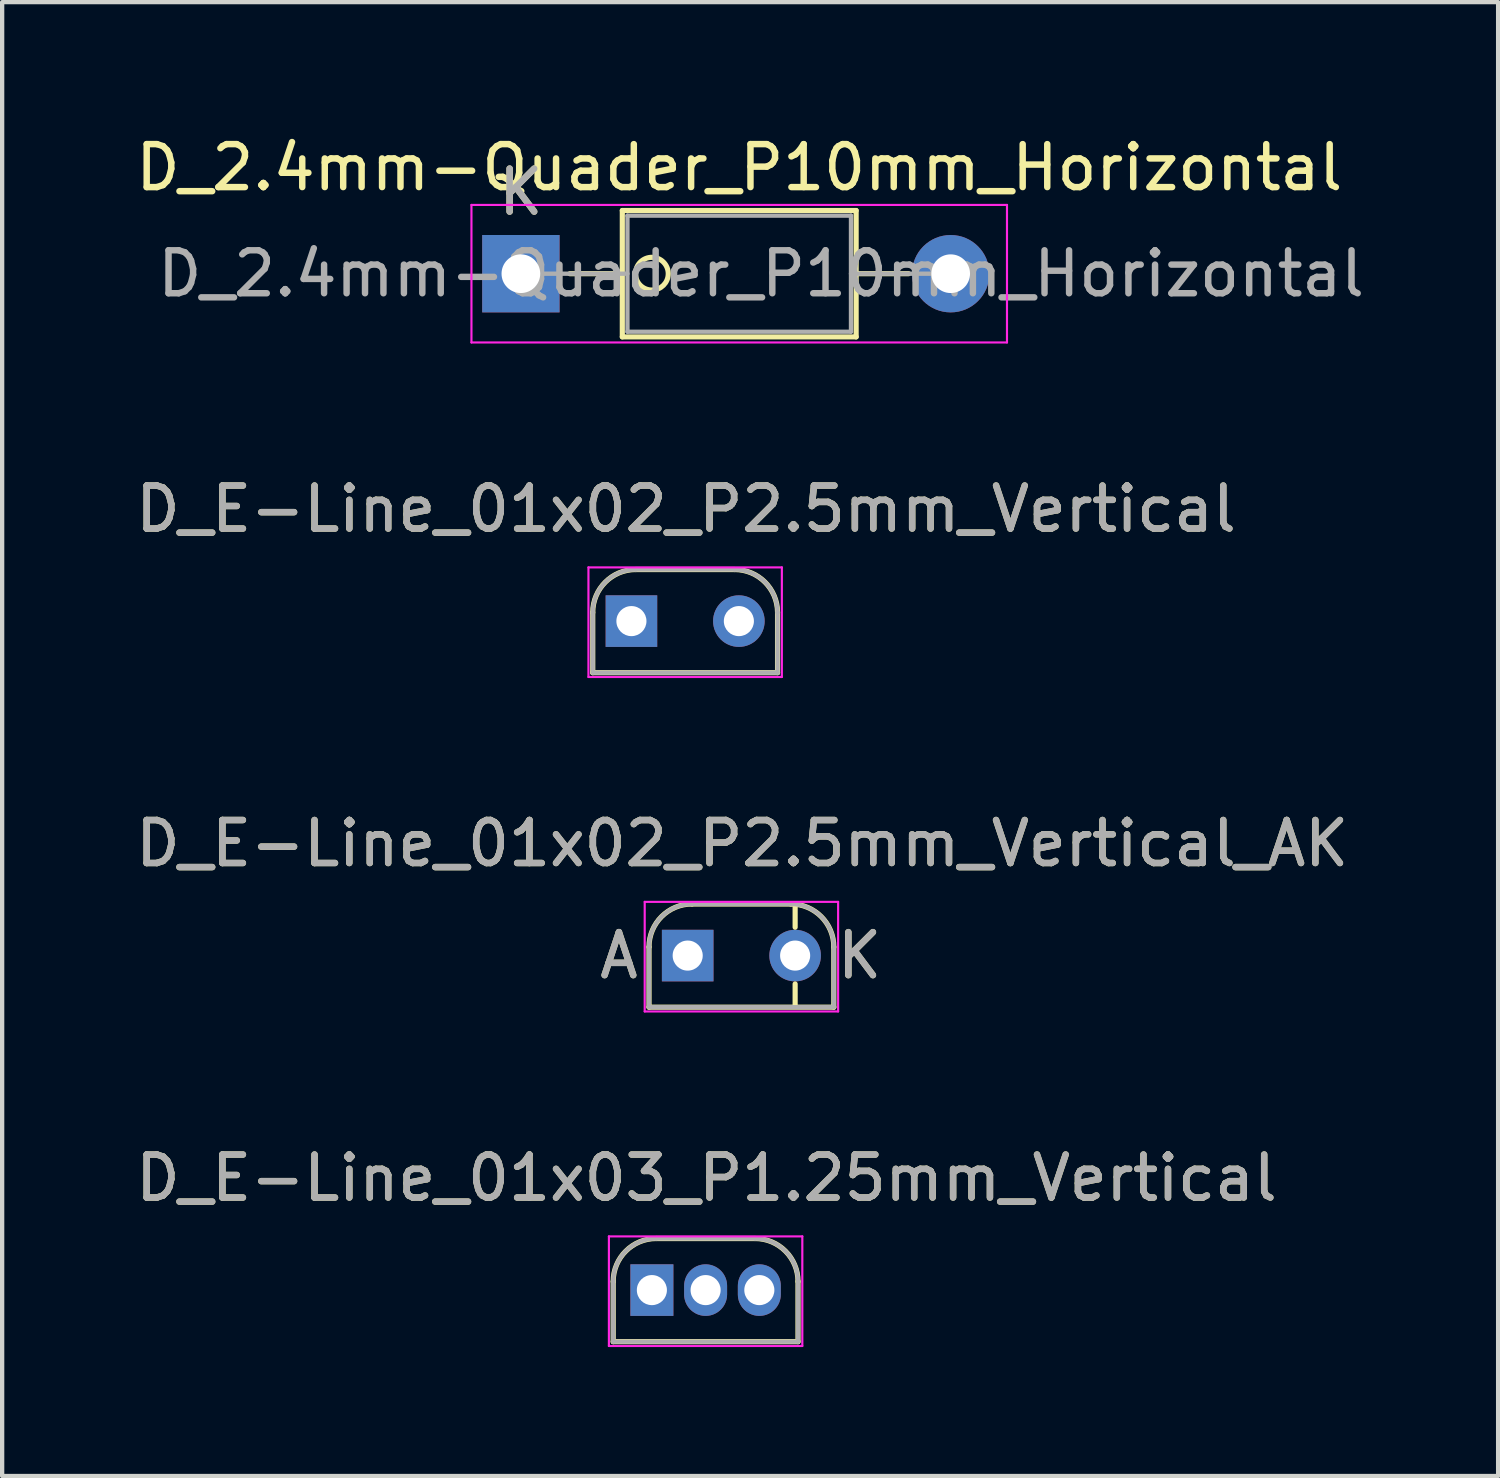
<source format=kicad_pcb>
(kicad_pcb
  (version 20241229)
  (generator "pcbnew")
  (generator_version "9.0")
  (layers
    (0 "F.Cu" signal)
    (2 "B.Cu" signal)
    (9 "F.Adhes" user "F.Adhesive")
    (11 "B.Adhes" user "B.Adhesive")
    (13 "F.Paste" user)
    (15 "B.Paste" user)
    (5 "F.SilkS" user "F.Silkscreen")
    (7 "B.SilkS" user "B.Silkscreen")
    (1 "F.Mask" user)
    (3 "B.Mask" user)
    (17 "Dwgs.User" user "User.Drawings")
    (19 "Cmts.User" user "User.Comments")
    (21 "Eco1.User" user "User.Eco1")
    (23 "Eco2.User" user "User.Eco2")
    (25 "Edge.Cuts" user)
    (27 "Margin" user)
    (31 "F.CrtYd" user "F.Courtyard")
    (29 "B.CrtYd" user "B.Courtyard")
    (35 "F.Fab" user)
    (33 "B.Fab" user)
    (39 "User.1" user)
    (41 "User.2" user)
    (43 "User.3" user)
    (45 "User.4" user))
  (footprint "D_E-Line_01x02_P2.5mm_Vertical"
    (layer "F.Cu")
    (at 11.641 11.401)
    (property "Reference" "D_E-Line_01x02_P2.5mm_Vertical" (at 1.27 -2.609 0) (layer "F.SilkS") (effects (font (size 1 1) (thickness 0.15))))
    (attr through_hole)
    (fp_line (start -0.9 -0.2) (end -0.9 1.2) (stroke (width 0.12) (type solid)) (layer "F.SilkS"))
    (fp_line (start -0.9 1.2) (end 3.4 1.2) (stroke (width 0.12) (type solid)) (layer "F.SilkS"))
    (fp_line (start 2.4 -1.2) (end 0.1 -1.2) (stroke (width 0.12) (type solid)) (layer "F.SilkS"))
    (fp_line (start 3.4 1.2) (end 3.4 -0.2) (stroke (width 0.12) (type solid)) (layer "F.SilkS"))
    (fp_arc (start -0.9 -0.2) (mid -0.607107 -0.907107) (end 0.1 -1.2) (stroke (width 0.12) (type solid)) (layer "F.SilkS"))
    (fp_arc (start 2.4 -1.2) (mid 3.107107 -0.907107) (end 3.4 -0.2) (stroke (width 0.12) (type solid)) (layer "F.SilkS"))
    (fp_line (start -1 -1.25) (end -1 1.3) (stroke (width 0.05) (type solid)) (layer "F.CrtYd"))
    (fp_line (start -1 1.3) (end 3.5 1.3) (stroke (width 0.05) (type solid)) (layer "F.CrtYd"))
    (fp_line (start 3.5 -1.25) (end -1 -1.25) (stroke (width 0.05) (type solid)) (layer "F.CrtYd"))
    (fp_line (start 3.5 1.3) (end 3.5 -1.25) (stroke (width 0.05) (type solid)) (layer "F.CrtYd"))
    (fp_line (start -0.9 -0.2) (end -0.9 1.2) (stroke (width 0.1) (type solid)) (layer "F.Fab"))
    (fp_line (start -0.9 1.2) (end 3.4 1.2) (stroke (width 0.1) (type solid)) (layer "F.Fab"))
    (fp_line (start 2.4 -1.2) (end 0.1 -1.2) (stroke (width 0.1) (type solid)) (layer "F.Fab"))
    (fp_line (start 3.4 1.2) (end 3.4 -0.2) (stroke (width 0.1) (type solid)) (layer "F.Fab"))
    (fp_arc (start -0.9 -0.2) (mid -0.607107 -0.907107) (end 0.1 -1.2) (stroke (width 0.1) (type solid)) (layer "F.Fab"))
    (fp_arc (start 2.4 -1.2) (mid 3.107107 -0.907107) (end 3.4 -0.2) (stroke (width 0.1) (type solid)) (layer "F.Fab"))
    (fp_text user "${REFERENCE}" (at 1.27 -2.609 0) (layer "F.Fab") (effects (font (size 1 1) (thickness 0.15))))
    (pad "1" thru_hole rect (at 0 0) (size 1.2 1.2) (drill 0.7) (layers "*.Cu" "*.Mask"))
    (pad "2" thru_hole oval (at 2.5 0) (size 1.2 1.2) (drill 0.7) (layers "*.Cu" "*.Mask")))
  (footprint "D_E-Line_01x03_P1.25mm_Vertical"
    (layer "F.Cu")
    (at 12.117 26.966)
    (property "Reference" "D_E-Line_01x03_P1.25mm_Vertical" (at 1.27 -2.609 0) (layer "F.SilkS") (effects (font (size 1 1) (thickness 0.15))))
    (attr through_hole)
    (fp_line (start -0.9 -0.2) (end -0.9 1.2) (stroke (width 0.12) (type solid)) (layer "F.SilkS"))
    (fp_line (start -0.9 1.2) (end 3.4 1.2) (stroke (width 0.12) (type solid)) (layer "F.SilkS"))
    (fp_line (start 2.4 -1.2) (end 0.1 -1.2) (stroke (width 0.12) (type solid)) (layer "F.SilkS"))
    (fp_line (start 3.4 1.2) (end 3.4 -0.2) (stroke (width 0.12) (type solid)) (layer "F.SilkS"))
    (fp_arc (start -0.9 -0.2) (mid -0.607107 -0.907107) (end 0.1 -1.2) (stroke (width 0.12) (type solid)) (layer "F.SilkS"))
    (fp_arc (start 2.4 -1.2) (mid 3.107107 -0.907107) (end 3.4 -0.2) (stroke (width 0.12) (type solid)) (layer "F.SilkS"))
    (fp_line (start -1 -1.25) (end -1 1.3) (stroke (width 0.05) (type solid)) (layer "F.CrtYd"))
    (fp_line (start -1 1.3) (end 3.5 1.3) (stroke (width 0.05) (type solid)) (layer "F.CrtYd"))
    (fp_line (start 3.5 -1.25) (end -1 -1.25) (stroke (width 0.05) (type solid)) (layer "F.CrtYd"))
    (fp_line (start 3.5 1.3) (end 3.5 -1.25) (stroke (width 0.05) (type solid)) (layer "F.CrtYd"))
    (fp_line (start -0.9 -0.2) (end -0.9 1.2) (stroke (width 0.1) (type solid)) (layer "F.Fab"))
    (fp_line (start -0.9 1.2) (end 3.4 1.2) (stroke (width 0.1) (type solid)) (layer "F.Fab"))
    (fp_line (start 2.4 -1.2) (end 0.1 -1.2) (stroke (width 0.1) (type solid)) (layer "F.Fab"))
    (fp_line (start 3.4 1.2) (end 3.4 -0.2) (stroke (width 0.1) (type solid)) (layer "F.Fab"))
    (fp_arc (start -0.9 -0.2) (mid -0.607107 -0.907107) (end 0.1 -1.2) (stroke (width 0.1) (type solid)) (layer "F.Fab"))
    (fp_arc (start 2.4 -1.2) (mid 3.107107 -0.907107) (end 3.4 -0.2) (stroke (width 0.1) (type solid)) (layer "F.Fab"))
    (fp_text user "${REFERENCE}" (at 1.27 -2.609 0) (layer "F.Fab") (effects (font (size 1 1) (thickness 0.15))))
    (pad "1" thru_hole rect (at 0 0) (size 1 1.2) (drill 0.7) (layers "*.Cu" "*.Mask"))
    (pad "2" thru_hole oval (at 1.25 0) (size 1 1.2) (drill 0.7) (layers "*.Cu" "*.Mask"))
    (pad "3" thru_hole oval (at 2.5 0) (size 1 1.2) (drill 0.7) (layers "*.Cu" "*.Mask")))
  (footprint "D_E-Line_01x02_P2.5mm_Vertical_AK"
    (layer "F.Cu")
    (at 12.95 19.183)
    (property "Reference" "D_E-Line_01x02_P2.5mm_Vertical_AK" (at 1.27 -2.609 0) (layer "F.SilkS") (effects (font (size 1 1) (thickness 0.15))))
    (attr through_hole)
    (fp_line (start -0.9 -0.2) (end -0.9 1.2) (stroke (width 0.12) (type solid)) (layer "F.SilkS"))
    (fp_line (start -0.9 1.2) (end 3.4 1.2) (stroke (width 0.12) (type solid)) (layer "F.SilkS"))
    (fp_line (start 2.4 -1.2) (end 0.1 -1.2) (stroke (width 0.12) (type solid)) (layer "F.SilkS"))
    (fp_line (start 2.5 -1.168) (end 2.5 -0.66) (stroke (width 0.12) (type solid)) (layer "F.SilkS"))
    (fp_line (start 2.5 0.66) (end 2.5 1.168) (stroke (width 0.12) (type solid)) (layer "F.SilkS"))
    (fp_line (start 3.4 1.2) (end 3.4 -0.2) (stroke (width 0.12) (type solid)) (layer "F.SilkS"))
    (fp_arc (start -0.9 -0.2) (mid -0.607107 -0.907107) (end 0.1 -1.2) (stroke (width 0.12) (type solid)) (layer "F.SilkS"))
    (fp_arc (start 2.4 -1.2) (mid 3.107107 -0.907107) (end 3.4 -0.2) (stroke (width 0.12) (type solid)) (layer "F.SilkS"))
    (fp_line (start -1 -1.25) (end -1 1.3) (stroke (width 0.05) (type solid)) (layer "F.CrtYd"))
    (fp_line (start -1 1.3) (end 3.5 1.3) (stroke (width 0.05) (type solid)) (layer "F.CrtYd"))
    (fp_line (start 3.5 -1.25) (end -1 -1.25) (stroke (width 0.05) (type solid)) (layer "F.CrtYd"))
    (fp_line (start 3.5 1.3) (end 3.5 -1.25) (stroke (width 0.05) (type solid)) (layer "F.CrtYd"))
    (fp_line (start -0.9 -0.2) (end -0.9 1.2) (stroke (width 0.1) (type solid)) (layer "F.Fab"))
    (fp_line (start -0.9 1.2) (end 3.4 1.2) (stroke (width 0.1) (type solid)) (layer "F.Fab"))
    (fp_line (start 2.4 -1.2) (end 0.1 -1.2) (stroke (width 0.1) (type solid)) (layer "F.Fab"))
    (fp_line (start 3.4 1.2) (end 3.4 -0.2) (stroke (width 0.1) (type solid)) (layer "F.Fab"))
    (fp_arc (start -0.9 -0.2) (mid -0.607107 -0.907107) (end 0.1 -1.2) (stroke (width 0.1) (type solid)) (layer "F.Fab"))
    (fp_arc (start 2.4 -1.2) (mid 3.107107 -0.907107) (end 3.4 -0.2) (stroke (width 0.1) (type solid)) (layer "F.Fab"))
    (fp_text user "K" (at 4 0 0) (layer "F.SilkS") (effects (font (size 1 1) (thickness 0.15))))
    (fp_text user "A" (at -1.6 0 0) (layer "F.SilkS") (effects (font (size 1 1) (thickness 0.15))))
    (fp_text user "K" (at 4 0 0) (layer "F.Fab") (effects (font (size 1 1) (thickness 0.15))))
    (fp_text user "${REFERENCE}" (at 1.27 -2.609 0) (layer "F.Fab") (effects (font (size 1 1) (thickness 0.15))))
    (fp_text user "A" (at -1.6 0 0) (layer "F.Fab") (effects (font (size 1 1) (thickness 0.15))))
    (pad "1" thru_hole rect (at 0 0) (size 1.2 1.2) (drill 0.7) (layers "*.Cu" "*.Mask"))
    (pad "2" thru_hole oval (at 2.5 0) (size 1.2 1.2) (drill 0.7) (layers "*.Cu" "*.Mask")))
  (footprint "D_2.4mm-Quader_P10mm_Horizontal"
    (layer "F.Cu")
    (at 9.069 3.318)
    (property "Reference" "D_2.4mm-Quader_P10mm_Horizontal" (at 5.08 -2.47 0) (layer "F.SilkS") (effects (font (size 1 1) (thickness 0.15))))
    (attr through_hole)
    (fp_line (start 1.14 0) (end 2.36 0) (stroke (width 0.12) (type solid)) (layer "F.SilkS"))
    (fp_line (start 2.36 -1.47) (end 2.36 1.47) (stroke (width 0.12) (type solid)) (layer "F.SilkS"))
    (fp_line (start 2.36 1.47) (end 7.8 1.47) (stroke (width 0.12) (type solid)) (layer "F.SilkS"))
    (fp_line (start 7.8 -1.47) (end 2.36 -1.47) (stroke (width 0.12) (type solid)) (layer "F.SilkS"))
    (fp_line (start 7.8 1.47) (end 7.8 -1.47) (stroke (width 0.12) (type solid)) (layer "F.SilkS"))
    (fp_line (start 9.02 0) (end 7.8 0) (stroke (width 0.12) (type solid)) (layer "F.SilkS"))
    (fp_circle (center 3.048 0) (end 3.048 -0.381) (stroke (width 0.12) (type solid)) (fill no) (layer "F.SilkS"))
    (fp_line (start -1.15 -1.6) (end -1.15 1.6) (stroke (width 0.05) (type solid)) (layer "F.CrtYd"))
    (fp_line (start -1.15 1.6) (end 11.31 1.6) (stroke (width 0.05) (type solid)) (layer "F.CrtYd"))
    (fp_line (start 11.31 -1.6) (end -1.15 -1.6) (stroke (width 0.05) (type solid)) (layer "F.CrtYd"))
    (fp_line (start 11.31 1.6) (end 11.31 -1.6) (stroke (width 0.05) (type solid)) (layer "F.CrtYd"))
    (fp_line (start 0 0) (end 2.48 0) (stroke (width 0.1) (type solid)) (layer "F.Fab"))
    (fp_line (start 2.48 -1.35) (end 2.48 1.35) (stroke (width 0.1) (type solid)) (layer "F.Fab"))
    (fp_line (start 2.48 1.35) (end 7.68 1.35) (stroke (width 0.1) (type solid)) (layer "F.Fab"))
    (fp_line (start 7.68 -1.35) (end 2.48 -1.35) (stroke (width 0.1) (type solid)) (layer "F.Fab"))
    (fp_line (start 7.68 1.35) (end 7.68 -1.35) (stroke (width 0.1) (type solid)) (layer "F.Fab"))
    (fp_line (start 10.16 0) (end 7.68 0) (stroke (width 0.1) (type solid)) (layer "F.Fab"))
    (fp_text user "K" (at 0 -1.9 0) (layer "F.SilkS") (effects (font (size 1 1) (thickness 0.15))))
    (fp_text user "${REFERENCE}" (at 5.588 0 0) (layer "F.Fab") (effects (font (size 1 1) (thickness 0.15))))
    (fp_text user "K" (at 0 -1.9 0) (layer "F.Fab") (effects (font (size 1 1) (thickness 0.15))))
    (pad "1" thru_hole rect (at 0 0) (size 1.8 1.8) (drill 0.9) (layers "*.Cu" "*.Mask"))
    (pad "2" thru_hole oval (at 10 0) (size 1.8 1.8) (drill 0.9) (layers "*.Cu" "*.Mask")))
  (gr_rect
    (start -3 -3)
    (end 31.806 31.291)
    (stroke (width 0.1) (type default))
    (fill no)
    (layer "Edge.Cuts")))
</source>
